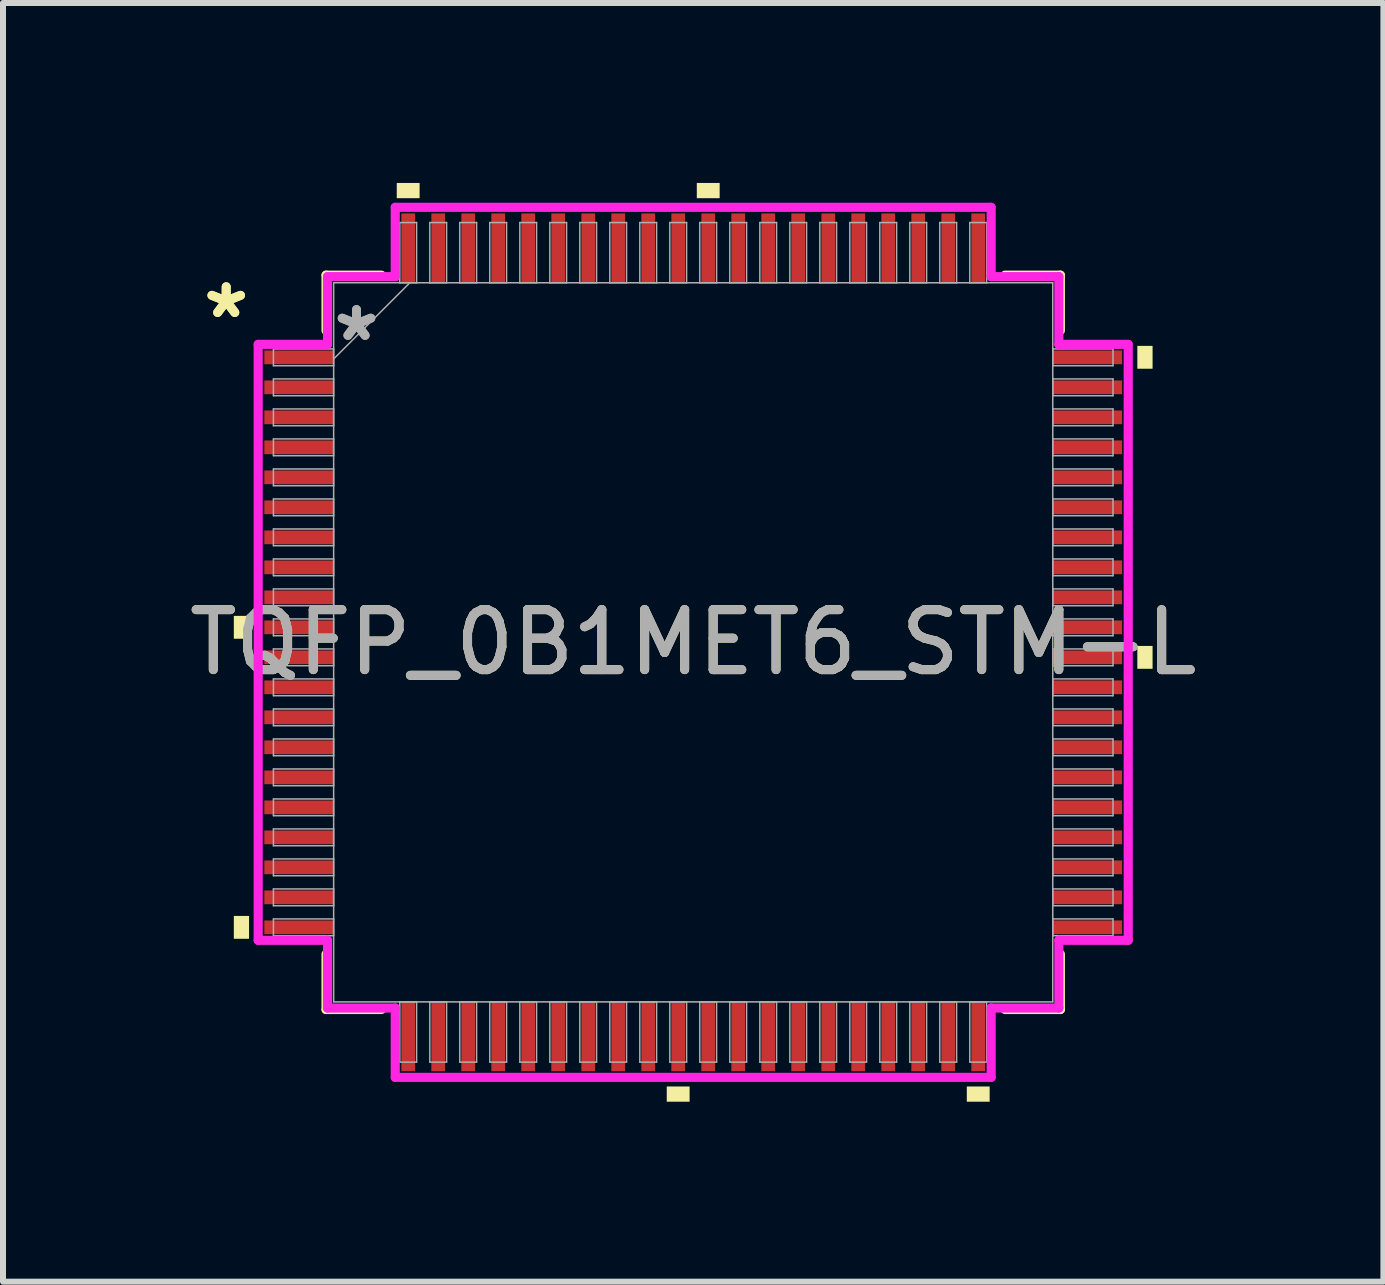
<source format=kicad_pcb>
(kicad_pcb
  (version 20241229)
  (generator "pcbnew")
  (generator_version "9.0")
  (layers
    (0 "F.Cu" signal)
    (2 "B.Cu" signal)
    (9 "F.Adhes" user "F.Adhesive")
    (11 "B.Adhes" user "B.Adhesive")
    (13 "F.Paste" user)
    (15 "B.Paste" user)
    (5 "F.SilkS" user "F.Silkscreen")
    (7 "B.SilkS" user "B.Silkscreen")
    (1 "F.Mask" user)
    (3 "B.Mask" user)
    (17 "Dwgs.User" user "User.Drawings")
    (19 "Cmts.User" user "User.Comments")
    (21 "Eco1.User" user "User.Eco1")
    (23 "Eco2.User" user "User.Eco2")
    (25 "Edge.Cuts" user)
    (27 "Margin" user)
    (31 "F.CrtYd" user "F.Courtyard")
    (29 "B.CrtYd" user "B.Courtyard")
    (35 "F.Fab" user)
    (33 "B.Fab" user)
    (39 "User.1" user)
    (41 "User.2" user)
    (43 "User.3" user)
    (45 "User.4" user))
  (footprint "TQFP_0B1MET6_STM-L"
    (layer "F.Cu")
    (at 8.506 7.658)
    (property "Reference" "TQFP_0B1MET6_STM-L" (at 0 0 0) (unlocked yes) (layer "F.SilkS") (effects (font (size 1 1) (thickness 0.15))))
    (attr smd)
    (fp_line (start -6.121 -6.121) (end -6.121 -5.198) (stroke (width 0.152) (type solid)) (layer "F.SilkS"))
    (fp_line (start -6.121 5.198) (end -6.121 6.121) (stroke (width 0.152) (type solid)) (layer "F.SilkS"))
    (fp_line (start -6.121 6.121) (end -5.198 6.121) (stroke (width 0.152) (type solid)) (layer "F.SilkS"))
    (fp_line (start -5.198 -6.121) (end -6.121 -6.121) (stroke (width 0.152) (type solid)) (layer "F.SilkS"))
    (fp_line (start 5.198 6.121) (end 6.121 6.121) (stroke (width 0.152) (type solid)) (layer "F.SilkS"))
    (fp_line (start 6.121 -6.121) (end 5.198 -6.121) (stroke (width 0.152) (type solid)) (layer "F.SilkS"))
    (fp_line (start 6.121 -5.198) (end 6.121 -6.121) (stroke (width 0.152) (type solid)) (layer "F.SilkS"))
    (fp_line (start 6.121 6.121) (end 6.121 5.198) (stroke (width 0.152) (type solid)) (layer "F.SilkS"))
    (fp_poly (pts (xy -7.658 -0.441) (xy -7.658 -0.06) (xy -7.404 -0.06) (xy -7.404 -0.441)) (stroke (width 0) (type solid)) (fill yes) (layer "F.SilkS"))
    (fp_poly (pts (xy -7.658 4.561) (xy -7.658 4.942) (xy -7.404 4.942) (xy -7.404 4.561)) (stroke (width 0) (type solid)) (fill yes) (layer "F.SilkS"))
    (fp_poly (pts (xy -4.942 -7.404) (xy -4.942 -7.658) (xy -4.561 -7.658) (xy -4.561 -7.404)) (stroke (width 0) (type solid)) (fill yes) (layer "F.SilkS"))
    (fp_poly (pts (xy -0.441 7.404) (xy -0.441 7.658) (xy -0.06 7.658) (xy -0.06 7.404)) (stroke (width 0) (type solid)) (fill yes) (layer "F.SilkS"))
    (fp_poly (pts (xy 0.06 -7.404) (xy 0.06 -7.658) (xy 0.441 -7.658) (xy 0.441 -7.404)) (stroke (width 0) (type solid)) (fill yes) (layer "F.SilkS"))
    (fp_poly (pts (xy 4.561 7.404) (xy 4.561 7.658) (xy 4.942 7.658) (xy 4.942 7.404)) (stroke (width 0) (type solid)) (fill yes) (layer "F.SilkS"))
    (fp_poly (pts (xy 7.658 -4.942) (xy 7.658 -4.561) (xy 7.404 -4.561) (xy 7.404 -4.942)) (stroke (width 0) (type solid)) (fill yes) (layer "F.SilkS"))
    (fp_poly (pts (xy 7.658 0.06) (xy 7.658 0.441) (xy 7.404 0.441) (xy 7.404 0.06)) (stroke (width 0) (type solid)) (fill yes) (layer "F.SilkS"))
    (fp_line (start -7.252 -4.967) (end -6.096 -4.967) (stroke (width 0.152) (type solid)) (layer "F.CrtYd"))
    (fp_line (start -7.252 4.967) (end -7.252 -4.967) (stroke (width 0.152) (type solid)) (layer "F.CrtYd"))
    (fp_line (start -6.096 -6.096) (end -4.967 -6.096) (stroke (width 0.152) (type solid)) (layer "F.CrtYd"))
    (fp_line (start -6.096 -4.967) (end -6.096 -6.096) (stroke (width 0.152) (type solid)) (layer "F.CrtYd"))
    (fp_line (start -6.096 4.967) (end -7.252 4.967) (stroke (width 0.152) (type solid)) (layer "F.CrtYd"))
    (fp_line (start -6.096 6.096) (end -6.096 4.967) (stroke (width 0.152) (type solid)) (layer "F.CrtYd"))
    (fp_line (start -6.096 6.096) (end -4.967 6.096) (stroke (width 0.152) (type solid)) (layer "F.CrtYd"))
    (fp_line (start -4.967 -7.252) (end 4.967 -7.252) (stroke (width 0.152) (type solid)) (layer "F.CrtYd"))
    (fp_line (start -4.967 -6.096) (end -4.967 -7.252) (stroke (width 0.152) (type solid)) (layer "F.CrtYd"))
    (fp_line (start -4.967 6.096) (end -4.967 7.252) (stroke (width 0.152) (type solid)) (layer "F.CrtYd"))
    (fp_line (start -4.967 7.252) (end 4.967 7.252) (stroke (width 0.152) (type solid)) (layer "F.CrtYd"))
    (fp_line (start 4.967 -7.252) (end 4.967 -6.096) (stroke (width 0.152) (type solid)) (layer "F.CrtYd"))
    (fp_line (start 4.967 -6.096) (end 6.096 -6.096) (stroke (width 0.152) (type solid)) (layer "F.CrtYd"))
    (fp_line (start 4.967 6.096) (end 6.096 6.096) (stroke (width 0.152) (type solid)) (layer "F.CrtYd"))
    (fp_line (start 4.967 7.252) (end 4.967 6.096) (stroke (width 0.152) (type solid)) (layer "F.CrtYd"))
    (fp_line (start 6.096 -4.967) (end 6.096 -6.096) (stroke (width 0.152) (type solid)) (layer "F.CrtYd"))
    (fp_line (start 6.096 4.967) (end 7.252 4.967) (stroke (width 0.152) (type solid)) (layer "F.CrtYd"))
    (fp_line (start 6.096 6.096) (end 6.096 4.967) (stroke (width 0.152) (type solid)) (layer "F.CrtYd"))
    (fp_line (start 7.252 -4.967) (end 6.096 -4.967) (stroke (width 0.152) (type solid)) (layer "F.CrtYd"))
    (fp_line (start 7.252 4.967) (end 7.252 -4.967) (stroke (width 0.152) (type solid)) (layer "F.CrtYd"))
    (fp_line (start -6.998 -4.891) (end -6.998 -4.611) (stroke (width 0.025) (type solid)) (layer "F.Fab"))
    (fp_line (start -6.998 -4.611) (end -5.994 -4.611) (stroke (width 0.025) (type solid)) (layer "F.Fab"))
    (fp_line (start -6.998 -4.391) (end -6.998 -4.111) (stroke (width 0.025) (type solid)) (layer "F.Fab"))
    (fp_line (start -6.998 -4.111) (end -5.994 -4.111) (stroke (width 0.025) (type solid)) (layer "F.Fab"))
    (fp_line (start -6.998 -3.891) (end -6.998 -3.611) (stroke (width 0.025) (type solid)) (layer "F.Fab"))
    (fp_line (start -6.998 -3.611) (end -5.994 -3.611) (stroke (width 0.025) (type solid)) (layer "F.Fab"))
    (fp_line (start -6.998 -3.391) (end -6.998 -3.111) (stroke (width 0.025) (type solid)) (layer "F.Fab"))
    (fp_line (start -6.998 -3.111) (end -5.994 -3.111) (stroke (width 0.025) (type solid)) (layer "F.Fab"))
    (fp_line (start -6.998 -2.89) (end -6.998 -2.611) (stroke (width 0.025) (type solid)) (layer "F.Fab"))
    (fp_line (start -6.998 -2.611) (end -5.994 -2.611) (stroke (width 0.025) (type solid)) (layer "F.Fab"))
    (fp_line (start -6.998 -2.39) (end -6.998 -2.111) (stroke (width 0.025) (type solid)) (layer "F.Fab"))
    (fp_line (start -6.998 -2.111) (end -5.994 -2.111) (stroke (width 0.025) (type solid)) (layer "F.Fab"))
    (fp_line (start -6.998 -1.89) (end -6.998 -1.611) (stroke (width 0.025) (type solid)) (layer "F.Fab"))
    (fp_line (start -6.998 -1.611) (end -5.994 -1.611) (stroke (width 0.025) (type solid)) (layer "F.Fab"))
    (fp_line (start -6.998 -1.39) (end -6.998 -1.111) (stroke (width 0.025) (type solid)) (layer "F.Fab"))
    (fp_line (start -6.998 -1.111) (end -5.994 -1.111) (stroke (width 0.025) (type solid)) (layer "F.Fab"))
    (fp_line (start -6.998 -0.89) (end -6.998 -0.61) (stroke (width 0.025) (type solid)) (layer "F.Fab"))
    (fp_line (start -6.998 -0.61) (end -5.994 -0.61) (stroke (width 0.025) (type solid)) (layer "F.Fab"))
    (fp_line (start -6.998 -0.39) (end -6.998 -0.11) (stroke (width 0.025) (type solid)) (layer "F.Fab"))
    (fp_line (start -6.998 -0.11) (end -5.994 -0.11) (stroke (width 0.025) (type solid)) (layer "F.Fab"))
    (fp_line (start -6.998 0.11) (end -6.998 0.39) (stroke (width 0.025) (type solid)) (layer "F.Fab"))
    (fp_line (start -6.998 0.39) (end -5.994 0.39) (stroke (width 0.025) (type solid)) (layer "F.Fab"))
    (fp_line (start -6.998 0.61) (end -6.998 0.89) (stroke (width 0.025) (type solid)) (layer "F.Fab"))
    (fp_line (start -6.998 0.89) (end -5.994 0.89) (stroke (width 0.025) (type solid)) (layer "F.Fab"))
    (fp_line (start -6.998 1.111) (end -6.998 1.39) (stroke (width 0.025) (type solid)) (layer "F.Fab"))
    (fp_line (start -6.998 1.39) (end -5.994 1.39) (stroke (width 0.025) (type solid)) (layer "F.Fab"))
    (fp_line (start -6.998 1.611) (end -6.998 1.89) (stroke (width 0.025) (type solid)) (layer "F.Fab"))
    (fp_line (start -6.998 1.89) (end -5.994 1.89) (stroke (width 0.025) (type solid)) (layer "F.Fab"))
    (fp_line (start -6.998 2.111) (end -6.998 2.39) (stroke (width 0.025) (type solid)) (layer "F.Fab"))
    (fp_line (start -6.998 2.39) (end -5.994 2.39) (stroke (width 0.025) (type solid)) (layer "F.Fab"))
    (fp_line (start -6.998 2.611) (end -6.998 2.89) (stroke (width 0.025) (type solid)) (layer "F.Fab"))
    (fp_line (start -6.998 2.89) (end -5.994 2.89) (stroke (width 0.025) (type solid)) (layer "F.Fab"))
    (fp_line (start -6.998 3.111) (end -6.998 3.391) (stroke (width 0.025) (type solid)) (layer "F.Fab"))
    (fp_line (start -6.998 3.391) (end -5.994 3.391) (stroke (width 0.025) (type solid)) (layer "F.Fab"))
    (fp_line (start -6.998 3.611) (end -6.998 3.891) (stroke (width 0.025) (type solid)) (layer "F.Fab"))
    (fp_line (start -6.998 3.891) (end -5.994 3.891) (stroke (width 0.025) (type solid)) (layer "F.Fab"))
    (fp_line (start -6.998 4.111) (end -6.998 4.391) (stroke (width 0.025) (type solid)) (layer "F.Fab"))
    (fp_line (start -6.998 4.391) (end -5.994 4.391) (stroke (width 0.025) (type solid)) (layer "F.Fab"))
    (fp_line (start -6.998 4.611) (end -6.998 4.891) (stroke (width 0.025) (type solid)) (layer "F.Fab"))
    (fp_line (start -6.998 4.891) (end -5.994 4.891) (stroke (width 0.025) (type solid)) (layer "F.Fab"))
    (fp_line (start -5.994 -5.994) (end -5.994 5.994) (stroke (width 0.025) (type solid)) (layer "F.Fab"))
    (fp_line (start -5.994 -4.891) (end -6.998 -4.891) (stroke (width 0.025) (type solid)) (layer "F.Fab"))
    (fp_line (start -5.994 -4.724) (end -4.724 -5.994) (stroke (width 0.025) (type solid)) (layer "F.Fab"))
    (fp_line (start -5.994 -4.611) (end -5.994 -4.891) (stroke (width 0.025) (type solid)) (layer "F.Fab"))
    (fp_line (start -5.994 -4.391) (end -6.998 -4.391) (stroke (width 0.025) (type solid)) (layer "F.Fab"))
    (fp_line (start -5.994 -4.111) (end -5.994 -4.391) (stroke (width 0.025) (type solid)) (layer "F.Fab"))
    (fp_line (start -5.994 -3.891) (end -6.998 -3.891) (stroke (width 0.025) (type solid)) (layer "F.Fab"))
    (fp_line (start -5.994 -3.611) (end -5.994 -3.891) (stroke (width 0.025) (type solid)) (layer "F.Fab"))
    (fp_line (start -5.994 -3.391) (end -6.998 -3.391) (stroke (width 0.025) (type solid)) (layer "F.Fab"))
    (fp_line (start -5.994 -3.111) (end -5.994 -3.391) (stroke (width 0.025) (type solid)) (layer "F.Fab"))
    (fp_line (start -5.994 -2.89) (end -6.998 -2.89) (stroke (width 0.025) (type solid)) (layer "F.Fab"))
    (fp_line (start -5.994 -2.611) (end -5.994 -2.89) (stroke (width 0.025) (type solid)) (layer "F.Fab"))
    (fp_line (start -5.994 -2.39) (end -6.998 -2.39) (stroke (width 0.025) (type solid)) (layer "F.Fab"))
    (fp_line (start -5.994 -2.111) (end -5.994 -2.39) (stroke (width 0.025) (type solid)) (layer "F.Fab"))
    (fp_line (start -5.994 -1.89) (end -6.998 -1.89) (stroke (width 0.025) (type solid)) (layer "F.Fab"))
    (fp_line (start -5.994 -1.611) (end -5.994 -1.89) (stroke (width 0.025) (type solid)) (layer "F.Fab"))
    (fp_line (start -5.994 -1.39) (end -6.998 -1.39) (stroke (width 0.025) (type solid)) (layer "F.Fab"))
    (fp_line (start -5.994 -1.111) (end -5.994 -1.39) (stroke (width 0.025) (type solid)) (layer "F.Fab"))
    (fp_line (start -5.994 -0.89) (end -6.998 -0.89) (stroke (width 0.025) (type solid)) (layer "F.Fab"))
    (fp_line (start -5.994 -0.61) (end -5.994 -0.89) (stroke (width 0.025) (type solid)) (layer "F.Fab"))
    (fp_line (start -5.994 -0.39) (end -6.998 -0.39) (stroke (width 0.025) (type solid)) (layer "F.Fab"))
    (fp_line (start -5.994 -0.11) (end -5.994 -0.39) (stroke (width 0.025) (type solid)) (layer "F.Fab"))
    (fp_line (start -5.994 0.11) (end -6.998 0.11) (stroke (width 0.025) (type solid)) (layer "F.Fab"))
    (fp_line (start -5.994 0.39) (end -5.994 0.11) (stroke (width 0.025) (type solid)) (layer "F.Fab"))
    (fp_line (start -5.994 0.61) (end -6.998 0.61) (stroke (width 0.025) (type solid)) (layer "F.Fab"))
    (fp_line (start -5.994 0.89) (end -5.994 0.61) (stroke (width 0.025) (type solid)) (layer "F.Fab"))
    (fp_line (start -5.994 1.111) (end -6.998 1.111) (stroke (width 0.025) (type solid)) (layer "F.Fab"))
    (fp_line (start -5.994 1.39) (end -5.994 1.111) (stroke (width 0.025) (type solid)) (layer "F.Fab"))
    (fp_line (start -5.994 1.611) (end -6.998 1.611) (stroke (width 0.025) (type solid)) (layer "F.Fab"))
    (fp_line (start -5.994 1.89) (end -5.994 1.611) (stroke (width 0.025) (type solid)) (layer "F.Fab"))
    (fp_line (start -5.994 2.111) (end -6.998 2.111) (stroke (width 0.025) (type solid)) (layer "F.Fab"))
    (fp_line (start -5.994 2.39) (end -5.994 2.111) (stroke (width 0.025) (type solid)) (layer "F.Fab"))
    (fp_line (start -5.994 2.611) (end -6.998 2.611) (stroke (width 0.025) (type solid)) (layer "F.Fab"))
    (fp_line (start -5.994 2.89) (end -5.994 2.611) (stroke (width 0.025) (type solid)) (layer "F.Fab"))
    (fp_line (start -5.994 3.111) (end -6.998 3.111) (stroke (width 0.025) (type solid)) (layer "F.Fab"))
    (fp_line (start -5.994 3.391) (end -5.994 3.111) (stroke (width 0.025) (type solid)) (layer "F.Fab"))
    (fp_line (start -5.994 3.611) (end -6.998 3.611) (stroke (width 0.025) (type solid)) (layer "F.Fab"))
    (fp_line (start -5.994 3.891) (end -5.994 3.611) (stroke (width 0.025) (type solid)) (layer "F.Fab"))
    (fp_line (start -5.994 4.111) (end -6.998 4.111) (stroke (width 0.025) (type solid)) (layer "F.Fab"))
    (fp_line (start -5.994 4.391) (end -5.994 4.111) (stroke (width 0.025) (type solid)) (layer "F.Fab"))
    (fp_line (start -5.994 4.611) (end -6.998 4.611) (stroke (width 0.025) (type solid)) (layer "F.Fab"))
    (fp_line (start -5.994 4.891) (end -5.994 4.611) (stroke (width 0.025) (type solid)) (layer "F.Fab"))
    (fp_line (start -5.994 5.994) (end 5.994 5.994) (stroke (width 0.025) (type solid)) (layer "F.Fab"))
    (fp_line (start -4.891 -6.998) (end -4.891 -5.994) (stroke (width 0.025) (type solid)) (layer "F.Fab"))
    (fp_line (start -4.891 -5.994) (end -4.611 -5.994) (stroke (width 0.025) (type solid)) (layer "F.Fab"))
    (fp_line (start -4.891 5.994) (end -4.891 6.998) (stroke (width 0.025) (type solid)) (layer "F.Fab"))
    (fp_line (start -4.891 6.998) (end -4.611 6.998) (stroke (width 0.025) (type solid)) (layer "F.Fab"))
    (fp_line (start -4.611 -6.998) (end -4.891 -6.998) (stroke (width 0.025) (type solid)) (layer "F.Fab"))
    (fp_line (start -4.611 -5.994) (end -4.611 -6.998) (stroke (width 0.025) (type solid)) (layer "F.Fab"))
    (fp_line (start -4.611 5.994) (end -4.891 5.994) (stroke (width 0.025) (type solid)) (layer "F.Fab"))
    (fp_line (start -4.611 6.998) (end -4.611 5.994) (stroke (width 0.025) (type solid)) (layer "F.Fab"))
    (fp_line (start -4.391 -6.998) (end -4.391 -5.994) (stroke (width 0.025) (type solid)) (layer "F.Fab"))
    (fp_line (start -4.391 -5.994) (end -4.111 -5.994) (stroke (width 0.025) (type solid)) (layer "F.Fab"))
    (fp_line (start -4.391 5.994) (end -4.391 6.998) (stroke (width 0.025) (type solid)) (layer "F.Fab"))
    (fp_line (start -4.391 6.998) (end -4.111 6.998) (stroke (width 0.025) (type solid)) (layer "F.Fab"))
    (fp_line (start -4.111 -6.998) (end -4.391 -6.998) (stroke (width 0.025) (type solid)) (layer "F.Fab"))
    (fp_line (start -4.111 -5.994) (end -4.111 -6.998) (stroke (width 0.025) (type solid)) (layer "F.Fab"))
    (fp_line (start -4.111 5.994) (end -4.391 5.994) (stroke (width 0.025) (type solid)) (layer "F.Fab"))
    (fp_line (start -4.111 6.998) (end -4.111 5.994) (stroke (width 0.025) (type solid)) (layer "F.Fab"))
    (fp_line (start -3.891 -6.998) (end -3.891 -5.994) (stroke (width 0.025) (type solid)) (layer "F.Fab"))
    (fp_line (start -3.891 -5.994) (end -3.611 -5.994) (stroke (width 0.025) (type solid)) (layer "F.Fab"))
    (fp_line (start -3.891 5.994) (end -3.891 6.998) (stroke (width 0.025) (type solid)) (layer "F.Fab"))
    (fp_line (start -3.891 6.998) (end -3.611 6.998) (stroke (width 0.025) (type solid)) (layer "F.Fab"))
    (fp_line (start -3.611 -6.998) (end -3.891 -6.998) (stroke (width 0.025) (type solid)) (layer "F.Fab"))
    (fp_line (start -3.611 -5.994) (end -3.611 -6.998) (stroke (width 0.025) (type solid)) (layer "F.Fab"))
    (fp_line (start -3.611 5.994) (end -3.891 5.994) (stroke (width 0.025) (type solid)) (layer "F.Fab"))
    (fp_line (start -3.611 6.998) (end -3.611 5.994) (stroke (width 0.025) (type solid)) (layer "F.Fab"))
    (fp_line (start -3.391 -6.998) (end -3.391 -5.994) (stroke (width 0.025) (type solid)) (layer "F.Fab"))
    (fp_line (start -3.391 -5.994) (end -3.111 -5.994) (stroke (width 0.025) (type solid)) (layer "F.Fab"))
    (fp_line (start -3.391 5.994) (end -3.391 6.998) (stroke (width 0.025) (type solid)) (layer "F.Fab"))
    (fp_line (start -3.391 6.998) (end -3.111 6.998) (stroke (width 0.025) (type solid)) (layer "F.Fab"))
    (fp_line (start -3.111 -6.998) (end -3.391 -6.998) (stroke (width 0.025) (type solid)) (layer "F.Fab"))
    (fp_line (start -3.111 -5.994) (end -3.111 -6.998) (stroke (width 0.025) (type solid)) (layer "F.Fab"))
    (fp_line (start -3.111 5.994) (end -3.391 5.994) (stroke (width 0.025) (type solid)) (layer "F.Fab"))
    (fp_line (start -3.111 6.998) (end -3.111 5.994) (stroke (width 0.025) (type solid)) (layer "F.Fab"))
    (fp_line (start -2.89 -6.998) (end -2.89 -5.994) (stroke (width 0.025) (type solid)) (layer "F.Fab"))
    (fp_line (start -2.89 -5.994) (end -2.611 -5.994) (stroke (width 0.025) (type solid)) (layer "F.Fab"))
    (fp_line (start -2.89 5.994) (end -2.89 6.998) (stroke (width 0.025) (type solid)) (layer "F.Fab"))
    (fp_line (start -2.89 6.998) (end -2.611 6.998) (stroke (width 0.025) (type solid)) (layer "F.Fab"))
    (fp_line (start -2.611 -6.998) (end -2.89 -6.998) (stroke (width 0.025) (type solid)) (layer "F.Fab"))
    (fp_line (start -2.611 -5.994) (end -2.611 -6.998) (stroke (width 0.025) (type solid)) (layer "F.Fab"))
    (fp_line (start -2.611 5.994) (end -2.89 5.994) (stroke (width 0.025) (type solid)) (layer "F.Fab"))
    (fp_line (start -2.611 6.998) (end -2.611 5.994) (stroke (width 0.025) (type solid)) (layer "F.Fab"))
    (fp_line (start -2.39 -6.998) (end -2.39 -5.994) (stroke (width 0.025) (type solid)) (layer "F.Fab"))
    (fp_line (start -2.39 -5.994) (end -2.111 -5.994) (stroke (width 0.025) (type solid)) (layer "F.Fab"))
    (fp_line (start -2.39 5.994) (end -2.39 6.998) (stroke (width 0.025) (type solid)) (layer "F.Fab"))
    (fp_line (start -2.39 6.998) (end -2.111 6.998) (stroke (width 0.025) (type solid)) (layer "F.Fab"))
    (fp_line (start -2.111 -6.998) (end -2.39 -6.998) (stroke (width 0.025) (type solid)) (layer "F.Fab"))
    (fp_line (start -2.111 -5.994) (end -2.111 -6.998) (stroke (width 0.025) (type solid)) (layer "F.Fab"))
    (fp_line (start -2.111 5.994) (end -2.39 5.994) (stroke (width 0.025) (type solid)) (layer "F.Fab"))
    (fp_line (start -2.111 6.998) (end -2.111 5.994) (stroke (width 0.025) (type solid)) (layer "F.Fab"))
    (fp_line (start -1.89 -6.998) (end -1.89 -5.994) (stroke (width 0.025) (type solid)) (layer "F.Fab"))
    (fp_line (start -1.89 -5.994) (end -1.611 -5.994) (stroke (width 0.025) (type solid)) (layer "F.Fab"))
    (fp_line (start -1.89 5.994) (end -1.89 6.998) (stroke (width 0.025) (type solid)) (layer "F.Fab"))
    (fp_line (start -1.89 6.998) (end -1.611 6.998) (stroke (width 0.025) (type solid)) (layer "F.Fab"))
    (fp_line (start -1.611 -6.998) (end -1.89 -6.998) (stroke (width 0.025) (type solid)) (layer "F.Fab"))
    (fp_line (start -1.611 -5.994) (end -1.611 -6.998) (stroke (width 0.025) (type solid)) (layer "F.Fab"))
    (fp_line (start -1.611 5.994) (end -1.89 5.994) (stroke (width 0.025) (type solid)) (layer "F.Fab"))
    (fp_line (start -1.611 6.998) (end -1.611 5.994) (stroke (width 0.025) (type solid)) (layer "F.Fab"))
    (fp_line (start -1.39 -6.998) (end -1.39 -5.994) (stroke (width 0.025) (type solid)) (layer "F.Fab"))
    (fp_line (start -1.39 -5.994) (end -1.111 -5.994) (stroke (width 0.025) (type solid)) (layer "F.Fab"))
    (fp_line (start -1.39 5.994) (end -1.39 6.998) (stroke (width 0.025) (type solid)) (layer "F.Fab"))
    (fp_line (start -1.39 6.998) (end -1.111 6.998) (stroke (width 0.025) (type solid)) (layer "F.Fab"))
    (fp_line (start -1.111 -6.998) (end -1.39 -6.998) (stroke (width 0.025) (type solid)) (layer "F.Fab"))
    (fp_line (start -1.111 -5.994) (end -1.111 -6.998) (stroke (width 0.025) (type solid)) (layer "F.Fab"))
    (fp_line (start -1.111 5.994) (end -1.39 5.994) (stroke (width 0.025) (type solid)) (layer "F.Fab"))
    (fp_line (start -1.111 6.998) (end -1.111 5.994) (stroke (width 0.025) (type solid)) (layer "F.Fab"))
    (fp_line (start -0.89 -6.998) (end -0.89 -5.994) (stroke (width 0.025) (type solid)) (layer "F.Fab"))
    (fp_line (start -0.89 -5.994) (end -0.61 -5.994) (stroke (width 0.025) (type solid)) (layer "F.Fab"))
    (fp_line (start -0.89 5.994) (end -0.89 6.998) (stroke (width 0.025) (type solid)) (layer "F.Fab"))
    (fp_line (start -0.89 6.998) (end -0.61 6.998) (stroke (width 0.025) (type solid)) (layer "F.Fab"))
    (fp_line (start -0.61 -6.998) (end -0.89 -6.998) (stroke (width 0.025) (type solid)) (layer "F.Fab"))
    (fp_line (start -0.61 -5.994) (end -0.61 -6.998) (stroke (width 0.025) (type solid)) (layer "F.Fab"))
    (fp_line (start -0.61 5.994) (end -0.89 5.994) (stroke (width 0.025) (type solid)) (layer "F.Fab"))
    (fp_line (start -0.61 6.998) (end -0.61 5.994) (stroke (width 0.025) (type solid)) (layer "F.Fab"))
    (fp_line (start -0.39 -6.998) (end -0.39 -5.994) (stroke (width 0.025) (type solid)) (layer "F.Fab"))
    (fp_line (start -0.39 -5.994) (end -0.11 -5.994) (stroke (width 0.025) (type solid)) (layer "F.Fab"))
    (fp_line (start -0.39 5.994) (end -0.39 6.998) (stroke (width 0.025) (type solid)) (layer "F.Fab"))
    (fp_line (start -0.39 6.998) (end -0.11 6.998) (stroke (width 0.025) (type solid)) (layer "F.Fab"))
    (fp_line (start -0.11 -6.998) (end -0.39 -6.998) (stroke (width 0.025) (type solid)) (layer "F.Fab"))
    (fp_line (start -0.11 -5.994) (end -0.11 -6.998) (stroke (width 0.025) (type solid)) (layer "F.Fab"))
    (fp_line (start -0.11 5.994) (end -0.39 5.994) (stroke (width 0.025) (type solid)) (layer "F.Fab"))
    (fp_line (start -0.11 6.998) (end -0.11 5.994) (stroke (width 0.025) (type solid)) (layer "F.Fab"))
    (fp_line (start 0.11 -6.998) (end 0.11 -5.994) (stroke (width 0.025) (type solid)) (layer "F.Fab"))
    (fp_line (start 0.11 -5.994) (end 0.39 -5.994) (stroke (width 0.025) (type solid)) (layer "F.Fab"))
    (fp_line (start 0.11 5.994) (end 0.11 6.998) (stroke (width 0.025) (type solid)) (layer "F.Fab"))
    (fp_line (start 0.11 6.998) (end 0.39 6.998) (stroke (width 0.025) (type solid)) (layer "F.Fab"))
    (fp_line (start 0.39 -6.998) (end 0.11 -6.998) (stroke (width 0.025) (type solid)) (layer "F.Fab"))
    (fp_line (start 0.39 -5.994) (end 0.39 -6.998) (stroke (width 0.025) (type solid)) (layer "F.Fab"))
    (fp_line (start 0.39 5.994) (end 0.11 5.994) (stroke (width 0.025) (type solid)) (layer "F.Fab"))
    (fp_line (start 0.39 6.998) (end 0.39 5.994) (stroke (width 0.025) (type solid)) (layer "F.Fab"))
    (fp_line (start 0.61 -6.998) (end 0.61 -5.994) (stroke (width 0.025) (type solid)) (layer "F.Fab"))
    (fp_line (start 0.61 -5.994) (end 0.89 -5.994) (stroke (width 0.025) (type solid)) (layer "F.Fab"))
    (fp_line (start 0.61 5.994) (end 0.61 6.998) (stroke (width 0.025) (type solid)) (layer "F.Fab"))
    (fp_line (start 0.61 6.998) (end 0.89 6.998) (stroke (width 0.025) (type solid)) (layer "F.Fab"))
    (fp_line (start 0.89 -6.998) (end 0.61 -6.998) (stroke (width 0.025) (type solid)) (layer "F.Fab"))
    (fp_line (start 0.89 -5.994) (end 0.89 -6.998) (stroke (width 0.025) (type solid)) (layer "F.Fab"))
    (fp_line (start 0.89 5.994) (end 0.61 5.994) (stroke (width 0.025) (type solid)) (layer "F.Fab"))
    (fp_line (start 0.89 6.998) (end 0.89 5.994) (stroke (width 0.025) (type solid)) (layer "F.Fab"))
    (fp_line (start 1.111 -6.998) (end 1.111 -5.994) (stroke (width 0.025) (type solid)) (layer "F.Fab"))
    (fp_line (start 1.111 -5.994) (end 1.39 -5.994) (stroke (width 0.025) (type solid)) (layer "F.Fab"))
    (fp_line (start 1.111 5.994) (end 1.111 6.998) (stroke (width 0.025) (type solid)) (layer "F.Fab"))
    (fp_line (start 1.111 6.998) (end 1.39 6.998) (stroke (width 0.025) (type solid)) (layer "F.Fab"))
    (fp_line (start 1.39 -6.998) (end 1.111 -6.998) (stroke (width 0.025) (type solid)) (layer "F.Fab"))
    (fp_line (start 1.39 -5.994) (end 1.39 -6.998) (stroke (width 0.025) (type solid)) (layer "F.Fab"))
    (fp_line (start 1.39 5.994) (end 1.111 5.994) (stroke (width 0.025) (type solid)) (layer "F.Fab"))
    (fp_line (start 1.39 6.998) (end 1.39 5.994) (stroke (width 0.025) (type solid)) (layer "F.Fab"))
    (fp_line (start 1.611 -6.998) (end 1.611 -5.994) (stroke (width 0.025) (type solid)) (layer "F.Fab"))
    (fp_line (start 1.611 -5.994) (end 1.89 -5.994) (stroke (width 0.025) (type solid)) (layer "F.Fab"))
    (fp_line (start 1.611 5.994) (end 1.611 6.998) (stroke (width 0.025) (type solid)) (layer "F.Fab"))
    (fp_line (start 1.611 6.998) (end 1.89 6.998) (stroke (width 0.025) (type solid)) (layer "F.Fab"))
    (fp_line (start 1.89 -6.998) (end 1.611 -6.998) (stroke (width 0.025) (type solid)) (layer "F.Fab"))
    (fp_line (start 1.89 -5.994) (end 1.89 -6.998) (stroke (width 0.025) (type solid)) (layer "F.Fab"))
    (fp_line (start 1.89 5.994) (end 1.611 5.994) (stroke (width 0.025) (type solid)) (layer "F.Fab"))
    (fp_line (start 1.89 6.998) (end 1.89 5.994) (stroke (width 0.025) (type solid)) (layer "F.Fab"))
    (fp_line (start 2.111 -6.998) (end 2.111 -5.994) (stroke (width 0.025) (type solid)) (layer "F.Fab"))
    (fp_line (start 2.111 -5.994) (end 2.39 -5.994) (stroke (width 0.025) (type solid)) (layer "F.Fab"))
    (fp_line (start 2.111 5.994) (end 2.111 6.998) (stroke (width 0.025) (type solid)) (layer "F.Fab"))
    (fp_line (start 2.111 6.998) (end 2.39 6.998) (stroke (width 0.025) (type solid)) (layer "F.Fab"))
    (fp_line (start 2.39 -6.998) (end 2.111 -6.998) (stroke (width 0.025) (type solid)) (layer "F.Fab"))
    (fp_line (start 2.39 -5.994) (end 2.39 -6.998) (stroke (width 0.025) (type solid)) (layer "F.Fab"))
    (fp_line (start 2.39 5.994) (end 2.111 5.994) (stroke (width 0.025) (type solid)) (layer "F.Fab"))
    (fp_line (start 2.39 6.998) (end 2.39 5.994) (stroke (width 0.025) (type solid)) (layer "F.Fab"))
    (fp_line (start 2.611 -6.998) (end 2.611 -5.994) (stroke (width 0.025) (type solid)) (layer "F.Fab"))
    (fp_line (start 2.611 -5.994) (end 2.89 -5.994) (stroke (width 0.025) (type solid)) (layer "F.Fab"))
    (fp_line (start 2.611 5.994) (end 2.611 6.998) (stroke (width 0.025) (type solid)) (layer "F.Fab"))
    (fp_line (start 2.611 6.998) (end 2.89 6.998) (stroke (width 0.025) (type solid)) (layer "F.Fab"))
    (fp_line (start 2.89 -6.998) (end 2.611 -6.998) (stroke (width 0.025) (type solid)) (layer "F.Fab"))
    (fp_line (start 2.89 -5.994) (end 2.89 -6.998) (stroke (width 0.025) (type solid)) (layer "F.Fab"))
    (fp_line (start 2.89 5.994) (end 2.611 5.994) (stroke (width 0.025) (type solid)) (layer "F.Fab"))
    (fp_line (start 2.89 6.998) (end 2.89 5.994) (stroke (width 0.025) (type solid)) (layer "F.Fab"))
    (fp_line (start 3.111 -6.998) (end 3.111 -5.994) (stroke (width 0.025) (type solid)) (layer "F.Fab"))
    (fp_line (start 3.111 -5.994) (end 3.391 -5.994) (stroke (width 0.025) (type solid)) (layer "F.Fab"))
    (fp_line (start 3.111 5.994) (end 3.111 6.998) (stroke (width 0.025) (type solid)) (layer "F.Fab"))
    (fp_line (start 3.111 6.998) (end 3.391 6.998) (stroke (width 0.025) (type solid)) (layer "F.Fab"))
    (fp_line (start 3.391 -6.998) (end 3.111 -6.998) (stroke (width 0.025) (type solid)) (layer "F.Fab"))
    (fp_line (start 3.391 -5.994) (end 3.391 -6.998) (stroke (width 0.025) (type solid)) (layer "F.Fab"))
    (fp_line (start 3.391 5.994) (end 3.111 5.994) (stroke (width 0.025) (type solid)) (layer "F.Fab"))
    (fp_line (start 3.391 6.998) (end 3.391 5.994) (stroke (width 0.025) (type solid)) (layer "F.Fab"))
    (fp_line (start 3.611 -6.998) (end 3.611 -5.994) (stroke (width 0.025) (type solid)) (layer "F.Fab"))
    (fp_line (start 3.611 -5.994) (end 3.891 -5.994) (stroke (width 0.025) (type solid)) (layer "F.Fab"))
    (fp_line (start 3.611 5.994) (end 3.611 6.998) (stroke (width 0.025) (type solid)) (layer "F.Fab"))
    (fp_line (start 3.611 6.998) (end 3.891 6.998) (stroke (width 0.025) (type solid)) (layer "F.Fab"))
    (fp_line (start 3.891 -6.998) (end 3.611 -6.998) (stroke (width 0.025) (type solid)) (layer "F.Fab"))
    (fp_line (start 3.891 -5.994) (end 3.891 -6.998) (stroke (width 0.025) (type solid)) (layer "F.Fab"))
    (fp_line (start 3.891 5.994) (end 3.611 5.994) (stroke (width 0.025) (type solid)) (layer "F.Fab"))
    (fp_line (start 3.891 6.998) (end 3.891 5.994) (stroke (width 0.025) (type solid)) (layer "F.Fab"))
    (fp_line (start 4.111 -6.998) (end 4.111 -5.994) (stroke (width 0.025) (type solid)) (layer "F.Fab"))
    (fp_line (start 4.111 -5.994) (end 4.391 -5.994) (stroke (width 0.025) (type solid)) (layer "F.Fab"))
    (fp_line (start 4.111 5.994) (end 4.111 6.998) (stroke (width 0.025) (type solid)) (layer "F.Fab"))
    (fp_line (start 4.111 6.998) (end 4.391 6.998) (stroke (width 0.025) (type solid)) (layer "F.Fab"))
    (fp_line (start 4.391 -6.998) (end 4.111 -6.998) (stroke (width 0.025) (type solid)) (layer "F.Fab"))
    (fp_line (start 4.391 -5.994) (end 4.391 -6.998) (stroke (width 0.025) (type solid)) (layer "F.Fab"))
    (fp_line (start 4.391 5.994) (end 4.111 5.994) (stroke (width 0.025) (type solid)) (layer "F.Fab"))
    (fp_line (start 4.391 6.998) (end 4.391 5.994) (stroke (width 0.025) (type solid)) (layer "F.Fab"))
    (fp_line (start 4.611 -6.998) (end 4.611 -5.994) (stroke (width 0.025) (type solid)) (layer "F.Fab"))
    (fp_line (start 4.611 -5.994) (end 4.891 -5.994) (stroke (width 0.025) (type solid)) (layer "F.Fab"))
    (fp_line (start 4.611 5.994) (end 4.611 6.998) (stroke (width 0.025) (type solid)) (layer "F.Fab"))
    (fp_line (start 4.611 6.998) (end 4.891 6.998) (stroke (width 0.025) (type solid)) (layer "F.Fab"))
    (fp_line (start 4.891 -6.998) (end 4.611 -6.998) (stroke (width 0.025) (type solid)) (layer "F.Fab"))
    (fp_line (start 4.891 -5.994) (end 4.891 -6.998) (stroke (width 0.025) (type solid)) (layer "F.Fab"))
    (fp_line (start 4.891 5.994) (end 4.611 5.994) (stroke (width 0.025) (type solid)) (layer "F.Fab"))
    (fp_line (start 4.891 6.998) (end 4.891 5.994) (stroke (width 0.025) (type solid)) (layer "F.Fab"))
    (fp_line (start 5.994 -5.994) (end -5.994 -5.994) (stroke (width 0.025) (type solid)) (layer "F.Fab"))
    (fp_line (start 5.994 -4.891) (end 5.994 -4.611) (stroke (width 0.025) (type solid)) (layer "F.Fab"))
    (fp_line (start 5.994 -4.611) (end 6.998 -4.611) (stroke (width 0.025) (type solid)) (layer "F.Fab"))
    (fp_line (start 5.994 -4.391) (end 5.994 -4.111) (stroke (width 0.025) (type solid)) (layer "F.Fab"))
    (fp_line (start 5.994 -4.111) (end 6.998 -4.111) (stroke (width 0.025) (type solid)) (layer "F.Fab"))
    (fp_line (start 5.994 -3.891) (end 5.994 -3.611) (stroke (width 0.025) (type solid)) (layer "F.Fab"))
    (fp_line (start 5.994 -3.611) (end 6.998 -3.611) (stroke (width 0.025) (type solid)) (layer "F.Fab"))
    (fp_line (start 5.994 -3.391) (end 5.994 -3.111) (stroke (width 0.025) (type solid)) (layer "F.Fab"))
    (fp_line (start 5.994 -3.111) (end 6.998 -3.111) (stroke (width 0.025) (type solid)) (layer "F.Fab"))
    (fp_line (start 5.994 -2.89) (end 5.994 -2.611) (stroke (width 0.025) (type solid)) (layer "F.Fab"))
    (fp_line (start 5.994 -2.611) (end 6.998 -2.611) (stroke (width 0.025) (type solid)) (layer "F.Fab"))
    (fp_line (start 5.994 -2.39) (end 5.994 -2.111) (stroke (width 0.025) (type solid)) (layer "F.Fab"))
    (fp_line (start 5.994 -2.111) (end 6.998 -2.111) (stroke (width 0.025) (type solid)) (layer "F.Fab"))
    (fp_line (start 5.994 -1.89) (end 5.994 -1.611) (stroke (width 0.025) (type solid)) (layer "F.Fab"))
    (fp_line (start 5.994 -1.611) (end 6.998 -1.611) (stroke (width 0.025) (type solid)) (layer "F.Fab"))
    (fp_line (start 5.994 -1.39) (end 5.994 -1.111) (stroke (width 0.025) (type solid)) (layer "F.Fab"))
    (fp_line (start 5.994 -1.111) (end 6.998 -1.111) (stroke (width 0.025) (type solid)) (layer "F.Fab"))
    (fp_line (start 5.994 -0.89) (end 5.994 -0.61) (stroke (width 0.025) (type solid)) (layer "F.Fab"))
    (fp_line (start 5.994 -0.61) (end 6.998 -0.61) (stroke (width 0.025) (type solid)) (layer "F.Fab"))
    (fp_line (start 5.994 -0.39) (end 5.994 -0.11) (stroke (width 0.025) (type solid)) (layer "F.Fab"))
    (fp_line (start 5.994 -0.11) (end 6.998 -0.11) (stroke (width 0.025) (type solid)) (layer "F.Fab"))
    (fp_line (start 5.994 0.11) (end 5.994 0.39) (stroke (width 0.025) (type solid)) (layer "F.Fab"))
    (fp_line (start 5.994 0.39) (end 6.998 0.39) (stroke (width 0.025) (type solid)) (layer "F.Fab"))
    (fp_line (start 5.994 0.61) (end 5.994 0.89) (stroke (width 0.025) (type solid)) (layer "F.Fab"))
    (fp_line (start 5.994 0.89) (end 6.998 0.89) (stroke (width 0.025) (type solid)) (layer "F.Fab"))
    (fp_line (start 5.994 1.111) (end 5.994 1.39) (stroke (width 0.025) (type solid)) (layer "F.Fab"))
    (fp_line (start 5.994 1.39) (end 6.998 1.39) (stroke (width 0.025) (type solid)) (layer "F.Fab"))
    (fp_line (start 5.994 1.611) (end 5.994 1.89) (stroke (width 0.025) (type solid)) (layer "F.Fab"))
    (fp_line (start 5.994 1.89) (end 6.998 1.89) (stroke (width 0.025) (type solid)) (layer "F.Fab"))
    (fp_line (start 5.994 2.111) (end 5.994 2.39) (stroke (width 0.025) (type solid)) (layer "F.Fab"))
    (fp_line (start 5.994 2.39) (end 6.998 2.39) (stroke (width 0.025) (type solid)) (layer "F.Fab"))
    (fp_line (start 5.994 2.611) (end 5.994 2.89) (stroke (width 0.025) (type solid)) (layer "F.Fab"))
    (fp_line (start 5.994 2.89) (end 6.998 2.89) (stroke (width 0.025) (type solid)) (layer "F.Fab"))
    (fp_line (start 5.994 3.111) (end 5.994 3.391) (stroke (width 0.025) (type solid)) (layer "F.Fab"))
    (fp_line (start 5.994 3.391) (end 6.998 3.391) (stroke (width 0.025) (type solid)) (layer "F.Fab"))
    (fp_line (start 5.994 3.611) (end 5.994 3.891) (stroke (width 0.025) (type solid)) (layer "F.Fab"))
    (fp_line (start 5.994 3.891) (end 6.998 3.891) (stroke (width 0.025) (type solid)) (layer "F.Fab"))
    (fp_line (start 5.994 4.111) (end 5.994 4.391) (stroke (width 0.025) (type solid)) (layer "F.Fab"))
    (fp_line (start 5.994 4.391) (end 6.998 4.391) (stroke (width 0.025) (type solid)) (layer "F.Fab"))
    (fp_line (start 5.994 4.611) (end 5.994 4.891) (stroke (width 0.025) (type solid)) (layer "F.Fab"))
    (fp_line (start 5.994 4.891) (end 6.998 4.891) (stroke (width 0.025) (type solid)) (layer "F.Fab"))
    (fp_line (start 5.994 5.994) (end 5.994 -5.994) (stroke (width 0.025) (type solid)) (layer "F.Fab"))
    (fp_line (start 6.998 -4.891) (end 5.994 -4.891) (stroke (width 0.025) (type solid)) (layer "F.Fab"))
    (fp_line (start 6.998 -4.611) (end 6.998 -4.891) (stroke (width 0.025) (type solid)) (layer "F.Fab"))
    (fp_line (start 6.998 -4.391) (end 5.994 -4.391) (stroke (width 0.025) (type solid)) (layer "F.Fab"))
    (fp_line (start 6.998 -4.111) (end 6.998 -4.391) (stroke (width 0.025) (type solid)) (layer "F.Fab"))
    (fp_line (start 6.998 -3.891) (end 5.994 -3.891) (stroke (width 0.025) (type solid)) (layer "F.Fab"))
    (fp_line (start 6.998 -3.611) (end 6.998 -3.891) (stroke (width 0.025) (type solid)) (layer "F.Fab"))
    (fp_line (start 6.998 -3.391) (end 5.994 -3.391) (stroke (width 0.025) (type solid)) (layer "F.Fab"))
    (fp_line (start 6.998 -3.111) (end 6.998 -3.391) (stroke (width 0.025) (type solid)) (layer "F.Fab"))
    (fp_line (start 6.998 -2.89) (end 5.994 -2.89) (stroke (width 0.025) (type solid)) (layer "F.Fab"))
    (fp_line (start 6.998 -2.611) (end 6.998 -2.89) (stroke (width 0.025) (type solid)) (layer "F.Fab"))
    (fp_line (start 6.998 -2.39) (end 5.994 -2.39) (stroke (width 0.025) (type solid)) (layer "F.Fab"))
    (fp_line (start 6.998 -2.111) (end 6.998 -2.39) (stroke (width 0.025) (type solid)) (layer "F.Fab"))
    (fp_line (start 6.998 -1.89) (end 5.994 -1.89) (stroke (width 0.025) (type solid)) (layer "F.Fab"))
    (fp_line (start 6.998 -1.611) (end 6.998 -1.89) (stroke (width 0.025) (type solid)) (layer "F.Fab"))
    (fp_line (start 6.998 -1.39) (end 5.994 -1.39) (stroke (width 0.025) (type solid)) (layer "F.Fab"))
    (fp_line (start 6.998 -1.111) (end 6.998 -1.39) (stroke (width 0.025) (type solid)) (layer "F.Fab"))
    (fp_line (start 6.998 -0.89) (end 5.994 -0.89) (stroke (width 0.025) (type solid)) (layer "F.Fab"))
    (fp_line (start 6.998 -0.61) (end 6.998 -0.89) (stroke (width 0.025) (type solid)) (layer "F.Fab"))
    (fp_line (start 6.998 -0.39) (end 5.994 -0.39) (stroke (width 0.025) (type solid)) (layer "F.Fab"))
    (fp_line (start 6.998 -0.11) (end 6.998 -0.39) (stroke (width 0.025) (type solid)) (layer "F.Fab"))
    (fp_line (start 6.998 0.11) (end 5.994 0.11) (stroke (width 0.025) (type solid)) (layer "F.Fab"))
    (fp_line (start 6.998 0.39) (end 6.998 0.11) (stroke (width 0.025) (type solid)) (layer "F.Fab"))
    (fp_line (start 6.998 0.61) (end 5.994 0.61) (stroke (width 0.025) (type solid)) (layer "F.Fab"))
    (fp_line (start 6.998 0.89) (end 6.998 0.61) (stroke (width 0.025) (type solid)) (layer "F.Fab"))
    (fp_line (start 6.998 1.111) (end 5.994 1.111) (stroke (width 0.025) (type solid)) (layer "F.Fab"))
    (fp_line (start 6.998 1.39) (end 6.998 1.111) (stroke (width 0.025) (type solid)) (layer "F.Fab"))
    (fp_line (start 6.998 1.611) (end 5.994 1.611) (stroke (width 0.025) (type solid)) (layer "F.Fab"))
    (fp_line (start 6.998 1.89) (end 6.998 1.611) (stroke (width 0.025) (type solid)) (layer "F.Fab"))
    (fp_line (start 6.998 2.111) (end 5.994 2.111) (stroke (width 0.025) (type solid)) (layer "F.Fab"))
    (fp_line (start 6.998 2.39) (end 6.998 2.111) (stroke (width 0.025) (type solid)) (layer "F.Fab"))
    (fp_line (start 6.998 2.611) (end 5.994 2.611) (stroke (width 0.025) (type solid)) (layer "F.Fab"))
    (fp_line (start 6.998 2.89) (end 6.998 2.611) (stroke (width 0.025) (type solid)) (layer "F.Fab"))
    (fp_line (start 6.998 3.111) (end 5.994 3.111) (stroke (width 0.025) (type solid)) (layer "F.Fab"))
    (fp_line (start 6.998 3.391) (end 6.998 3.111) (stroke (width 0.025) (type solid)) (layer "F.Fab"))
    (fp_line (start 6.998 3.611) (end 5.994 3.611) (stroke (width 0.025) (type solid)) (layer "F.Fab"))
    (fp_line (start 6.998 3.891) (end 6.998 3.611) (stroke (width 0.025) (type solid)) (layer "F.Fab"))
    (fp_line (start 6.998 4.111) (end 5.994 4.111) (stroke (width 0.025) (type solid)) (layer "F.Fab"))
    (fp_line (start 6.998 4.391) (end 6.998 4.111) (stroke (width 0.025) (type solid)) (layer "F.Fab"))
    (fp_line (start 6.998 4.611) (end 5.994 4.611) (stroke (width 0.025) (type solid)) (layer "F.Fab"))
    (fp_line (start 6.998 4.891) (end 6.998 4.611) (stroke (width 0.025) (type solid)) (layer "F.Fab"))
    (fp_text user "*" (at -7.785 -5.382 0) (unlocked yes) (layer "F.SilkS") (effects (font (size 1 1) (thickness 0.15))))
    (fp_text user "*" (at -7.785 -5.382 0) (layer "F.SilkS") (effects (font (size 1 1) (thickness 0.15))))
    (fp_text user "*" (at -5.613 -5.001 0) (unlocked yes) (layer "F.Fab") (effects (font (size 1 1) (thickness 0.15))))
    (fp_text user "${REFERENCE}" (at 0 0 0) (unlocked yes) (layer "F.Fab") (effects (font (size 1 1) (thickness 0.15))))
    (fp_text user "*" (at -5.613 -5.001 0) (layer "F.Fab") (effects (font (size 1 1) (thickness 0.15))))
    (pad "1" smd rect (at -6.572 -4.751 90) (size 0.229 1.156) (layers "F.Cu" "F.Mask" "F.Paste"))
    (pad "2" smd rect (at -6.572 -4.251 90) (size 0.229 1.156) (layers "F.Cu" "F.Mask" "F.Paste"))
    (pad "3" smd rect (at -6.572 -3.751 90) (size 0.229 1.156) (layers "F.Cu" "F.Mask" "F.Paste"))
    (pad "4" smd rect (at -6.572 -3.251 90) (size 0.229 1.156) (layers "F.Cu" "F.Mask" "F.Paste"))
    (pad "5" smd rect (at -6.572 -2.751 90) (size 0.229 1.156) (layers "F.Cu" "F.Mask" "F.Paste"))
    (pad "6" smd rect (at -6.572 -2.251 90) (size 0.229 1.156) (layers "F.Cu" "F.Mask" "F.Paste"))
    (pad "7" smd rect (at -6.572 -1.75 90) (size 0.229 1.156) (layers "F.Cu" "F.Mask" "F.Paste"))
    (pad "8" smd rect (at -6.572 -1.25 90) (size 0.229 1.156) (layers "F.Cu" "F.Mask" "F.Paste"))
    (pad "9" smd rect (at -6.572 -0.75 90) (size 0.229 1.156) (layers "F.Cu" "F.Mask" "F.Paste"))
    (pad "10" smd rect (at -6.572 -0.25 90) (size 0.229 1.156) (layers "F.Cu" "F.Mask" "F.Paste"))
    (pad "11" smd rect (at -6.572 0.25 90) (size 0.229 1.156) (layers "F.Cu" "F.Mask" "F.Paste"))
    (pad "12" smd rect (at -6.572 0.75 90) (size 0.229 1.156) (layers "F.Cu" "F.Mask" "F.Paste"))
    (pad "13" smd rect (at -6.572 1.25 90) (size 0.229 1.156) (layers "F.Cu" "F.Mask" "F.Paste"))
    (pad "14" smd rect (at -6.572 1.75 90) (size 0.229 1.156) (layers "F.Cu" "F.Mask" "F.Paste"))
    (pad "15" smd rect (at -6.572 2.251 90) (size 0.229 1.156) (layers "F.Cu" "F.Mask" "F.Paste"))
    (pad "16" smd rect (at -6.572 2.751 90) (size 0.229 1.156) (layers "F.Cu" "F.Mask" "F.Paste"))
    (pad "17" smd rect (at -6.572 3.251 90) (size 0.229 1.156) (layers "F.Cu" "F.Mask" "F.Paste"))
    (pad "18" smd rect (at -6.572 3.751 90) (size 0.229 1.156) (layers "F.Cu" "F.Mask" "F.Paste"))
    (pad "19" smd rect (at -6.572 4.251 90) (size 0.229 1.156) (layers "F.Cu" "F.Mask" "F.Paste"))
    (pad "20" smd rect (at -6.572 4.751 90) (size 0.229 1.156) (layers "F.Cu" "F.Mask" "F.Paste"))
    (pad "21" smd rect (at -4.751 6.572) (size 0.229 1.156) (layers "F.Cu" "F.Mask" "F.Paste"))
    (pad "22" smd rect (at -4.251 6.572) (size 0.229 1.156) (layers "F.Cu" "F.Mask" "F.Paste"))
    (pad "23" smd rect (at -3.751 6.572) (size 0.229 1.156) (layers "F.Cu" "F.Mask" "F.Paste"))
    (pad "24" smd rect (at -3.251 6.572) (size 0.229 1.156) (layers "F.Cu" "F.Mask" "F.Paste"))
    (pad "25" smd rect (at -2.751 6.572) (size 0.229 1.156) (layers "F.Cu" "F.Mask" "F.Paste"))
    (pad "26" smd rect (at -2.251 6.572) (size 0.229 1.156) (layers "F.Cu" "F.Mask" "F.Paste"))
    (pad "27" smd rect (at -1.75 6.572) (size 0.229 1.156) (layers "F.Cu" "F.Mask" "F.Paste"))
    (pad "28" smd rect (at -1.25 6.572) (size 0.229 1.156) (layers "F.Cu" "F.Mask" "F.Paste"))
    (pad "29" smd rect (at -0.75 6.572) (size 0.229 1.156) (layers "F.Cu" "F.Mask" "F.Paste"))
    (pad "30" smd rect (at -0.25 6.572) (size 0.229 1.156) (layers "F.Cu" "F.Mask" "F.Paste"))
    (pad "31" smd rect (at 0.25 6.572) (size 0.229 1.156) (layers "F.Cu" "F.Mask" "F.Paste"))
    (pad "32" smd rect (at 0.75 6.572) (size 0.229 1.156) (layers "F.Cu" "F.Mask" "F.Paste"))
    (pad "33" smd rect (at 1.25 6.572) (size 0.229 1.156) (layers "F.Cu" "F.Mask" "F.Paste"))
    (pad "34" smd rect (at 1.75 6.572) (size 0.229 1.156) (layers "F.Cu" "F.Mask" "F.Paste"))
    (pad "35" smd rect (at 2.251 6.572) (size 0.229 1.156) (layers "F.Cu" "F.Mask" "F.Paste"))
    (pad "36" smd rect (at 2.751 6.572) (size 0.229 1.156) (layers "F.Cu" "F.Mask" "F.Paste"))
    (pad "37" smd rect (at 3.251 6.572) (size 0.229 1.156) (layers "F.Cu" "F.Mask" "F.Paste"))
    (pad "38" smd rect (at 3.751 6.572) (size 0.229 1.156) (layers "F.Cu" "F.Mask" "F.Paste"))
    (pad "39" smd rect (at 4.251 6.572) (size 0.229 1.156) (layers "F.Cu" "F.Mask" "F.Paste"))
    (pad "40" smd rect (at 4.751 6.572) (size 0.229 1.156) (layers "F.Cu" "F.Mask" "F.Paste"))
    (pad "41" smd rect (at 6.572 4.751 90) (size 0.229 1.156) (layers "F.Cu" "F.Mask" "F.Paste"))
    (pad "42" smd rect (at 6.572 4.251 90) (size 0.229 1.156) (layers "F.Cu" "F.Mask" "F.Paste"))
    (pad "43" smd rect (at 6.572 3.751 90) (size 0.229 1.156) (layers "F.Cu" "F.Mask" "F.Paste"))
    (pad "44" smd rect (at 6.572 3.251 90) (size 0.229 1.156) (layers "F.Cu" "F.Mask" "F.Paste"))
    (pad "45" smd rect (at 6.572 2.751 90) (size 0.229 1.156) (layers "F.Cu" "F.Mask" "F.Paste"))
    (pad "46" smd rect (at 6.572 2.251 90) (size 0.229 1.156) (layers "F.Cu" "F.Mask" "F.Paste"))
    (pad "47" smd rect (at 6.572 1.75 90) (size 0.229 1.156) (layers "F.Cu" "F.Mask" "F.Paste"))
    (pad "48" smd rect (at 6.572 1.25 90) (size 0.229 1.156) (layers "F.Cu" "F.Mask" "F.Paste"))
    (pad "49" smd rect (at 6.572 0.75 90) (size 0.229 1.156) (layers "F.Cu" "F.Mask" "F.Paste"))
    (pad "50" smd rect (at 6.572 0.25 90) (size 0.229 1.156) (layers "F.Cu" "F.Mask" "F.Paste"))
    (pad "51" smd rect (at 6.572 -0.25 90) (size 0.229 1.156) (layers "F.Cu" "F.Mask" "F.Paste"))
    (pad "52" smd rect (at 6.572 -0.75 90) (size 0.229 1.156) (layers "F.Cu" "F.Mask" "F.Paste"))
    (pad "53" smd rect (at 6.572 -1.25 90) (size 0.229 1.156) (layers "F.Cu" "F.Mask" "F.Paste"))
    (pad "54" smd rect (at 6.572 -1.75 90) (size 0.229 1.156) (layers "F.Cu" "F.Mask" "F.Paste"))
    (pad "55" smd rect (at 6.572 -2.251 90) (size 0.229 1.156) (layers "F.Cu" "F.Mask" "F.Paste"))
    (pad "56" smd rect (at 6.572 -2.751 90) (size 0.229 1.156) (layers "F.Cu" "F.Mask" "F.Paste"))
    (pad "57" smd rect (at 6.572 -3.251 90) (size 0.229 1.156) (layers "F.Cu" "F.Mask" "F.Paste"))
    (pad "58" smd rect (at 6.572 -3.751 90) (size 0.229 1.156) (layers "F.Cu" "F.Mask" "F.Paste"))
    (pad "59" smd rect (at 6.572 -4.251 90) (size 0.229 1.156) (layers "F.Cu" "F.Mask" "F.Paste"))
    (pad "60" smd rect (at 6.572 -4.751 90) (size 0.229 1.156) (layers "F.Cu" "F.Mask" "F.Paste"))
    (pad "61" smd rect (at 4.751 -6.572) (size 0.229 1.156) (layers "F.Cu" "F.Mask" "F.Paste"))
    (pad "62" smd rect (at 4.251 -6.572) (size 0.229 1.156) (layers "F.Cu" "F.Mask" "F.Paste"))
    (pad "63" smd rect (at 3.751 -6.572) (size 0.229 1.156) (layers "F.Cu" "F.Mask" "F.Paste"))
    (pad "64" smd rect (at 3.251 -6.572) (size 0.229 1.156) (layers "F.Cu" "F.Mask" "F.Paste"))
    (pad "65" smd rect (at 2.751 -6.572) (size 0.229 1.156) (layers "F.Cu" "F.Mask" "F.Paste"))
    (pad "66" smd rect (at 2.251 -6.572) (size 0.229 1.156) (layers "F.Cu" "F.Mask" "F.Paste"))
    (pad "67" smd rect (at 1.75 -6.572) (size 0.229 1.156) (layers "F.Cu" "F.Mask" "F.Paste"))
    (pad "68" smd rect (at 1.25 -6.572) (size 0.229 1.156) (layers "F.Cu" "F.Mask" "F.Paste"))
    (pad "69" smd rect (at 0.75 -6.572) (size 0.229 1.156) (layers "F.Cu" "F.Mask" "F.Paste"))
    (pad "70" smd rect (at 0.25 -6.572) (size 0.229 1.156) (layers "F.Cu" "F.Mask" "F.Paste"))
    (pad "71" smd rect (at -0.25 -6.572) (size 0.229 1.156) (layers "F.Cu" "F.Mask" "F.Paste"))
    (pad "72" smd rect (at -0.75 -6.572) (size 0.229 1.156) (layers "F.Cu" "F.Mask" "F.Paste"))
    (pad "73" smd rect (at -1.25 -6.572) (size 0.229 1.156) (layers "F.Cu" "F.Mask" "F.Paste"))
    (pad "74" smd rect (at -1.75 -6.572) (size 0.229 1.156) (layers "F.Cu" "F.Mask" "F.Paste"))
    (pad "75" smd rect (at -2.251 -6.572) (size 0.229 1.156) (layers "F.Cu" "F.Mask" "F.Paste"))
    (pad "76" smd rect (at -2.751 -6.572) (size 0.229 1.156) (layers "F.Cu" "F.Mask" "F.Paste"))
    (pad "77" smd rect (at -3.251 -6.572) (size 0.229 1.156) (layers "F.Cu" "F.Mask" "F.Paste"))
    (pad "78" smd rect (at -3.751 -6.572) (size 0.229 1.156) (layers "F.Cu" "F.Mask" "F.Paste"))
    (pad "79" smd rect (at -4.251 -6.572) (size 0.229 1.156) (layers "F.Cu" "F.Mask" "F.Paste"))
    (pad "80" smd rect (at -4.751 -6.572) (size 0.229 1.156) (layers "F.Cu" "F.Mask" "F.Paste")))
  (gr_rect
    (start -3 -3)
    (end 20.012 18.316)
    (stroke (width 0.1) (type default))
    (fill no)
    (layer "Edge.Cuts")))
</source>
